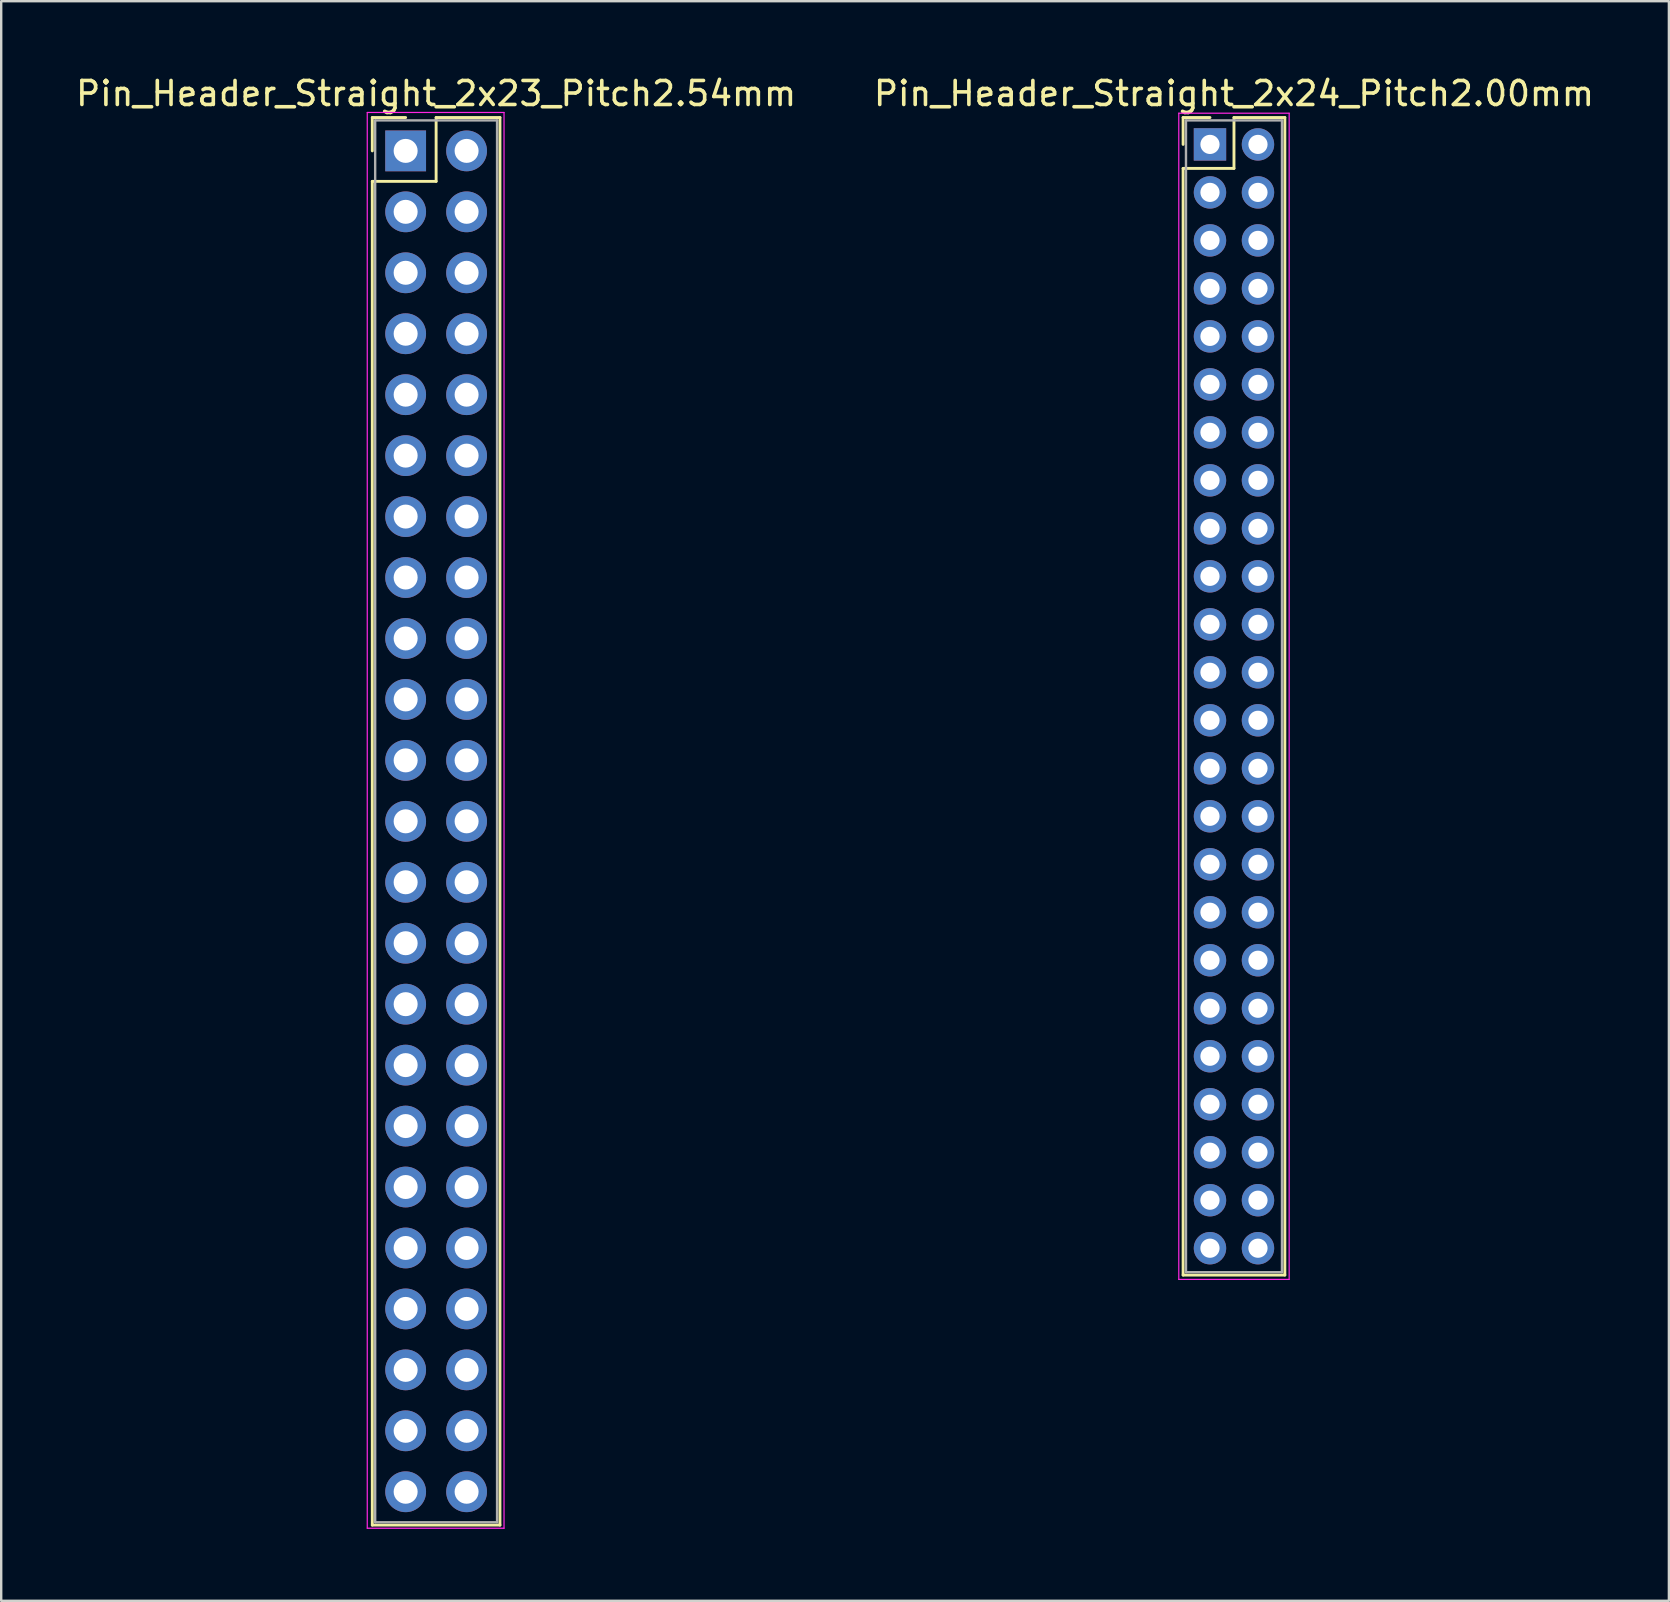
<source format=kicad_pcb>
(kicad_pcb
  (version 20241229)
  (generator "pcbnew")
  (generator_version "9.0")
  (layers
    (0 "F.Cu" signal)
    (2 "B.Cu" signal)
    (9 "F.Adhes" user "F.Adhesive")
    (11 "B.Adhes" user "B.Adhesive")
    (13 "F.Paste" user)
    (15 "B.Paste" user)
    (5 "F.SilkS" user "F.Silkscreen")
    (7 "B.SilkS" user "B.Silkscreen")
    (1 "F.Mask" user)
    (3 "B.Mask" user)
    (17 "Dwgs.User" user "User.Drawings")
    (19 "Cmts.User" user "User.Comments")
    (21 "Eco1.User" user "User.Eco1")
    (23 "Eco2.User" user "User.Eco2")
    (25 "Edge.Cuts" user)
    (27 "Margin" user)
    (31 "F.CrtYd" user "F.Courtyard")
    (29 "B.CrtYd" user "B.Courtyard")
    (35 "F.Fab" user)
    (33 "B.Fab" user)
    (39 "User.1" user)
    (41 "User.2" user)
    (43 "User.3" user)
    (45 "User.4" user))
  (footprint "Pin_Header_Straight_2x23_Pitch2.54mm"
    (layer "F.Cu")
    (at 13.855 3.238)
    (property "Reference" "Pin_Header_Straight_2x23_Pitch2.54mm" (at 1.27 -2.39 0) (layer "F.SilkS") (effects (font (size 1 1) (thickness 0.15))))
    (attr through_hole)
    (fp_line (start -1.39 -1.39) (end 0 -1.39) (stroke (width 0.12) (type solid)) (layer "F.SilkS"))
    (fp_line (start -1.39 0) (end -1.39 -1.39) (stroke (width 0.12) (type solid)) (layer "F.SilkS"))
    (fp_line (start -1.39 1.27) (end -1.39 57.27) (stroke (width 0.12) (type solid)) (layer "F.SilkS"))
    (fp_line (start -1.39 57.27) (end 3.93 57.27) (stroke (width 0.12) (type solid)) (layer "F.SilkS"))
    (fp_line (start 1.27 -1.39) (end 1.27 1.27) (stroke (width 0.12) (type solid)) (layer "F.SilkS"))
    (fp_line (start 1.27 1.27) (end -1.39 1.27) (stroke (width 0.12) (type solid)) (layer "F.SilkS"))
    (fp_line (start 3.93 -1.39) (end 1.27 -1.39) (stroke (width 0.12) (type solid)) (layer "F.SilkS"))
    (fp_line (start 3.93 57.27) (end 3.93 -1.39) (stroke (width 0.12) (type solid)) (layer "F.SilkS"))
    (fp_line (start -1.6 -1.6) (end -1.6 57.4) (stroke (width 0.05) (type solid)) (layer "F.CrtYd"))
    (fp_line (start -1.6 57.4) (end 4.1 57.4) (stroke (width 0.05) (type solid)) (layer "F.CrtYd"))
    (fp_line (start 4.1 -1.6) (end -1.6 -1.6) (stroke (width 0.05) (type solid)) (layer "F.CrtYd"))
    (fp_line (start 4.1 57.4) (end 4.1 -1.6) (stroke (width 0.05) (type solid)) (layer "F.CrtYd"))
    (fp_line (start -1.27 -1.27) (end -1.27 57.15) (stroke (width 0.1) (type solid)) (layer "F.Fab"))
    (fp_line (start -1.27 57.15) (end 3.81 57.15) (stroke (width 0.1) (type solid)) (layer "F.Fab"))
    (fp_line (start 3.81 -1.27) (end -1.27 -1.27) (stroke (width 0.1) (type solid)) (layer "F.Fab"))
    (fp_line (start 3.81 57.15) (end 3.81 -1.27) (stroke (width 0.1) (type solid)) (layer "F.Fab"))
    (pad "1" thru_hole rect (at 0 0) (size 1.7 1.7) (drill 1) (layers "*.Cu" "*.Mask"))
    (pad "2" thru_hole oval (at 2.54 0) (size 1.7 1.7) (drill 1) (layers "*.Cu" "*.Mask"))
    (pad "3" thru_hole oval (at 0 2.54) (size 1.7 1.7) (drill 1) (layers "*.Cu" "*.Mask"))
    (pad "4" thru_hole oval (at 2.54 2.54) (size 1.7 1.7) (drill 1) (layers "*.Cu" "*.Mask"))
    (pad "5" thru_hole oval (at 0 5.08) (size 1.7 1.7) (drill 1) (layers "*.Cu" "*.Mask"))
    (pad "6" thru_hole oval (at 2.54 5.08) (size 1.7 1.7) (drill 1) (layers "*.Cu" "*.Mask"))
    (pad "7" thru_hole oval (at 0 7.62) (size 1.7 1.7) (drill 1) (layers "*.Cu" "*.Mask"))
    (pad "8" thru_hole oval (at 2.54 7.62) (size 1.7 1.7) (drill 1) (layers "*.Cu" "*.Mask"))
    (pad "9" thru_hole oval (at 0 10.16) (size 1.7 1.7) (drill 1) (layers "*.Cu" "*.Mask"))
    (pad "10" thru_hole oval (at 2.54 10.16) (size 1.7 1.7) (drill 1) (layers "*.Cu" "*.Mask"))
    (pad "11" thru_hole oval (at 0 12.7) (size 1.7 1.7) (drill 1) (layers "*.Cu" "*.Mask"))
    (pad "12" thru_hole oval (at 2.54 12.7) (size 1.7 1.7) (drill 1) (layers "*.Cu" "*.Mask"))
    (pad "13" thru_hole oval (at 0 15.24) (size 1.7 1.7) (drill 1) (layers "*.Cu" "*.Mask"))
    (pad "14" thru_hole oval (at 2.54 15.24) (size 1.7 1.7) (drill 1) (layers "*.Cu" "*.Mask"))
    (pad "15" thru_hole oval (at 0 17.78) (size 1.7 1.7) (drill 1) (layers "*.Cu" "*.Mask"))
    (pad "16" thru_hole oval (at 2.54 17.78) (size 1.7 1.7) (drill 1) (layers "*.Cu" "*.Mask"))
    (pad "17" thru_hole oval (at 0 20.32) (size 1.7 1.7) (drill 1) (layers "*.Cu" "*.Mask"))
    (pad "18" thru_hole oval (at 2.54 20.32) (size 1.7 1.7) (drill 1) (layers "*.Cu" "*.Mask"))
    (pad "19" thru_hole oval (at 0 22.86) (size 1.7 1.7) (drill 1) (layers "*.Cu" "*.Mask"))
    (pad "20" thru_hole oval (at 2.54 22.86) (size 1.7 1.7) (drill 1) (layers "*.Cu" "*.Mask"))
    (pad "21" thru_hole oval (at 0 25.4) (size 1.7 1.7) (drill 1) (layers "*.Cu" "*.Mask"))
    (pad "22" thru_hole oval (at 2.54 25.4) (size 1.7 1.7) (drill 1) (layers "*.Cu" "*.Mask"))
    (pad "23" thru_hole oval (at 0 27.94) (size 1.7 1.7) (drill 1) (layers "*.Cu" "*.Mask"))
    (pad "24" thru_hole oval (at 2.54 27.94) (size 1.7 1.7) (drill 1) (layers "*.Cu" "*.Mask"))
    (pad "25" thru_hole oval (at 0 30.48) (size 1.7 1.7) (drill 1) (layers "*.Cu" "*.Mask"))
    (pad "26" thru_hole oval (at 2.54 30.48) (size 1.7 1.7) (drill 1) (layers "*.Cu" "*.Mask"))
    (pad "27" thru_hole oval (at 0 33.02) (size 1.7 1.7) (drill 1) (layers "*.Cu" "*.Mask"))
    (pad "28" thru_hole oval (at 2.54 33.02) (size 1.7 1.7) (drill 1) (layers "*.Cu" "*.Mask"))
    (pad "29" thru_hole oval (at 0 35.56) (size 1.7 1.7) (drill 1) (layers "*.Cu" "*.Mask"))
    (pad "30" thru_hole oval (at 2.54 35.56) (size 1.7 1.7) (drill 1) (layers "*.Cu" "*.Mask"))
    (pad "31" thru_hole oval (at 0 38.1) (size 1.7 1.7) (drill 1) (layers "*.Cu" "*.Mask"))
    (pad "32" thru_hole oval (at 2.54 38.1) (size 1.7 1.7) (drill 1) (layers "*.Cu" "*.Mask"))
    (pad "33" thru_hole oval (at 0 40.64) (size 1.7 1.7) (drill 1) (layers "*.Cu" "*.Mask"))
    (pad "34" thru_hole oval (at 2.54 40.64) (size 1.7 1.7) (drill 1) (layers "*.Cu" "*.Mask"))
    (pad "35" thru_hole oval (at 0 43.18) (size 1.7 1.7) (drill 1) (layers "*.Cu" "*.Mask"))
    (pad "36" thru_hole oval (at 2.54 43.18) (size 1.7 1.7) (drill 1) (layers "*.Cu" "*.Mask"))
    (pad "37" thru_hole oval (at 0 45.72) (size 1.7 1.7) (drill 1) (layers "*.Cu" "*.Mask"))
    (pad "38" thru_hole oval (at 2.54 45.72) (size 1.7 1.7) (drill 1) (layers "*.Cu" "*.Mask"))
    (pad "39" thru_hole oval (at 0 48.26) (size 1.7 1.7) (drill 1) (layers "*.Cu" "*.Mask"))
    (pad "40" thru_hole oval (at 2.54 48.26) (size 1.7 1.7) (drill 1) (layers "*.Cu" "*.Mask"))
    (pad "41" thru_hole oval (at 0 50.8) (size 1.7 1.7) (drill 1) (layers "*.Cu" "*.Mask"))
    (pad "42" thru_hole oval (at 2.54 50.8) (size 1.7 1.7) (drill 1) (layers "*.Cu" "*.Mask"))
    (pad "43" thru_hole oval (at 0 53.34) (size 1.7 1.7) (drill 1) (layers "*.Cu" "*.Mask"))
    (pad "44" thru_hole oval (at 2.54 53.34) (size 1.7 1.7) (drill 1) (layers "*.Cu" "*.Mask"))
    (pad "45" thru_hole oval (at 0 55.88) (size 1.7 1.7) (drill 1) (layers "*.Cu" "*.Mask"))
    (pad "46" thru_hole oval (at 2.54 55.88) (size 1.7 1.7) (drill 1) (layers "*.Cu" "*.Mask")))
  (footprint "Pin_Header_Straight_2x24_Pitch2.00mm"
    (layer "F.Cu")
    (at 47.375 2.968)
    (property "Reference" "Pin_Header_Straight_2x24_Pitch2.00mm" (at 1 -2.12 0) (layer "F.SilkS") (effects (font (size 1 1) (thickness 0.15))))
    (attr through_hole)
    (fp_line (start -1.12 -1.12) (end 0 -1.12) (stroke (width 0.12) (type solid)) (layer "F.SilkS"))
    (fp_line (start -1.12 0) (end -1.12 -1.12) (stroke (width 0.12) (type solid)) (layer "F.SilkS"))
    (fp_line (start -1.12 1) (end -1.12 47.12) (stroke (width 0.12) (type solid)) (layer "F.SilkS"))
    (fp_line (start -1.12 47.12) (end 3.12 47.12) (stroke (width 0.12) (type solid)) (layer "F.SilkS"))
    (fp_line (start 1 -1.12) (end 1 1) (stroke (width 0.12) (type solid)) (layer "F.SilkS"))
    (fp_line (start 1 1) (end -1.12 1) (stroke (width 0.12) (type solid)) (layer "F.SilkS"))
    (fp_line (start 3.12 -1.12) (end 1 -1.12) (stroke (width 0.12) (type solid)) (layer "F.SilkS"))
    (fp_line (start 3.12 47.12) (end 3.12 -1.12) (stroke (width 0.12) (type solid)) (layer "F.SilkS"))
    (fp_line (start -1.3 -1.3) (end -1.3 47.3) (stroke (width 0.05) (type solid)) (layer "F.CrtYd"))
    (fp_line (start -1.3 47.3) (end 3.3 47.3) (stroke (width 0.05) (type solid)) (layer "F.CrtYd"))
    (fp_line (start 3.3 -1.3) (end -1.3 -1.3) (stroke (width 0.05) (type solid)) (layer "F.CrtYd"))
    (fp_line (start 3.3 47.3) (end 3.3 -1.3) (stroke (width 0.05) (type solid)) (layer "F.CrtYd"))
    (fp_line (start -1 -1) (end -1 47) (stroke (width 0.1) (type solid)) (layer "F.Fab"))
    (fp_line (start -1 47) (end 3 47) (stroke (width 0.1) (type solid)) (layer "F.Fab"))
    (fp_line (start 3 -1) (end -1 -1) (stroke (width 0.1) (type solid)) (layer "F.Fab"))
    (fp_line (start 3 47) (end 3 -1) (stroke (width 0.1) (type solid)) (layer "F.Fab"))
    (pad "1" thru_hole rect (at 0 0) (size 1.35 1.35) (drill 0.8) (layers "*.Cu" "*.Mask"))
    (pad "2" thru_hole oval (at 2 0) (size 1.35 1.35) (drill 0.8) (layers "*.Cu" "*.Mask"))
    (pad "3" thru_hole oval (at 0 2) (size 1.35 1.35) (drill 0.8) (layers "*.Cu" "*.Mask"))
    (pad "4" thru_hole oval (at 2 2) (size 1.35 1.35) (drill 0.8) (layers "*.Cu" "*.Mask"))
    (pad "5" thru_hole oval (at 0 4) (size 1.35 1.35) (drill 0.8) (layers "*.Cu" "*.Mask"))
    (pad "6" thru_hole oval (at 2 4) (size 1.35 1.35) (drill 0.8) (layers "*.Cu" "*.Mask"))
    (pad "7" thru_hole oval (at 0 6) (size 1.35 1.35) (drill 0.8) (layers "*.Cu" "*.Mask"))
    (pad "8" thru_hole oval (at 2 6) (size 1.35 1.35) (drill 0.8) (layers "*.Cu" "*.Mask"))
    (pad "9" thru_hole oval (at 0 8) (size 1.35 1.35) (drill 0.8) (layers "*.Cu" "*.Mask"))
    (pad "10" thru_hole oval (at 2 8) (size 1.35 1.35) (drill 0.8) (layers "*.Cu" "*.Mask"))
    (pad "11" thru_hole oval (at 0 10) (size 1.35 1.35) (drill 0.8) (layers "*.Cu" "*.Mask"))
    (pad "12" thru_hole oval (at 2 10) (size 1.35 1.35) (drill 0.8) (layers "*.Cu" "*.Mask"))
    (pad "13" thru_hole oval (at 0 12) (size 1.35 1.35) (drill 0.8) (layers "*.Cu" "*.Mask"))
    (pad "14" thru_hole oval (at 2 12) (size 1.35 1.35) (drill 0.8) (layers "*.Cu" "*.Mask"))
    (pad "15" thru_hole oval (at 0 14) (size 1.35 1.35) (drill 0.8) (layers "*.Cu" "*.Mask"))
    (pad "16" thru_hole oval (at 2 14) (size 1.35 1.35) (drill 0.8) (layers "*.Cu" "*.Mask"))
    (pad "17" thru_hole oval (at 0 16) (size 1.35 1.35) (drill 0.8) (layers "*.Cu" "*.Mask"))
    (pad "18" thru_hole oval (at 2 16) (size 1.35 1.35) (drill 0.8) (layers "*.Cu" "*.Mask"))
    (pad "19" thru_hole oval (at 0 18) (size 1.35 1.35) (drill 0.8) (layers "*.Cu" "*.Mask"))
    (pad "20" thru_hole oval (at 2 18) (size 1.35 1.35) (drill 0.8) (layers "*.Cu" "*.Mask"))
    (pad "21" thru_hole oval (at 0 20) (size 1.35 1.35) (drill 0.8) (layers "*.Cu" "*.Mask"))
    (pad "22" thru_hole oval (at 2 20) (size 1.35 1.35) (drill 0.8) (layers "*.Cu" "*.Mask"))
    (pad "23" thru_hole oval (at 0 22) (size 1.35 1.35) (drill 0.8) (layers "*.Cu" "*.Mask"))
    (pad "24" thru_hole oval (at 2 22) (size 1.35 1.35) (drill 0.8) (layers "*.Cu" "*.Mask"))
    (pad "25" thru_hole oval (at 0 24) (size 1.35 1.35) (drill 0.8) (layers "*.Cu" "*.Mask"))
    (pad "26" thru_hole oval (at 2 24) (size 1.35 1.35) (drill 0.8) (layers "*.Cu" "*.Mask"))
    (pad "27" thru_hole oval (at 0 26) (size 1.35 1.35) (drill 0.8) (layers "*.Cu" "*.Mask"))
    (pad "28" thru_hole oval (at 2 26) (size 1.35 1.35) (drill 0.8) (layers "*.Cu" "*.Mask"))
    (pad "29" thru_hole oval (at 0 28) (size 1.35 1.35) (drill 0.8) (layers "*.Cu" "*.Mask"))
    (pad "30" thru_hole oval (at 2 28) (size 1.35 1.35) (drill 0.8) (layers "*.Cu" "*.Mask"))
    (pad "31" thru_hole oval (at 0 30) (size 1.35 1.35) (drill 0.8) (layers "*.Cu" "*.Mask"))
    (pad "32" thru_hole oval (at 2 30) (size 1.35 1.35) (drill 0.8) (layers "*.Cu" "*.Mask"))
    (pad "33" thru_hole oval (at 0 32) (size 1.35 1.35) (drill 0.8) (layers "*.Cu" "*.Mask"))
    (pad "34" thru_hole oval (at 2 32) (size 1.35 1.35) (drill 0.8) (layers "*.Cu" "*.Mask"))
    (pad "35" thru_hole oval (at 0 34) (size 1.35 1.35) (drill 0.8) (layers "*.Cu" "*.Mask"))
    (pad "36" thru_hole oval (at 2 34) (size 1.35 1.35) (drill 0.8) (layers "*.Cu" "*.Mask"))
    (pad "37" thru_hole oval (at 0 36) (size 1.35 1.35) (drill 0.8) (layers "*.Cu" "*.Mask"))
    (pad "38" thru_hole oval (at 2 36) (size 1.35 1.35) (drill 0.8) (layers "*.Cu" "*.Mask"))
    (pad "39" thru_hole oval (at 0 38) (size 1.35 1.35) (drill 0.8) (layers "*.Cu" "*.Mask"))
    (pad "40" thru_hole oval (at 2 38) (size 1.35 1.35) (drill 0.8) (layers "*.Cu" "*.Mask"))
    (pad "41" thru_hole oval (at 0 40) (size 1.35 1.35) (drill 0.8) (layers "*.Cu" "*.Mask"))
    (pad "42" thru_hole oval (at 2 40) (size 1.35 1.35) (drill 0.8) (layers "*.Cu" "*.Mask"))
    (pad "43" thru_hole oval (at 0 42) (size 1.35 1.35) (drill 0.8) (layers "*.Cu" "*.Mask"))
    (pad "44" thru_hole oval (at 2 42) (size 1.35 1.35) (drill 0.8) (layers "*.Cu" "*.Mask"))
    (pad "45" thru_hole oval (at 0 44) (size 1.35 1.35) (drill 0.8) (layers "*.Cu" "*.Mask"))
    (pad "46" thru_hole oval (at 2 44) (size 1.35 1.35) (drill 0.8) (layers "*.Cu" "*.Mask"))
    (pad "47" thru_hole oval (at 0 46) (size 1.35 1.35) (drill 0.8) (layers "*.Cu" "*.Mask"))
    (pad "48" thru_hole oval (at 2 46) (size 1.35 1.35) (drill 0.8) (layers "*.Cu" "*.Mask")))
  (gr_rect
    (start -3 -3)
    (end 66.5 63.663)
    (stroke (width 0.1) (type default))
    (fill no)
    (layer "Edge.Cuts")))
</source>
